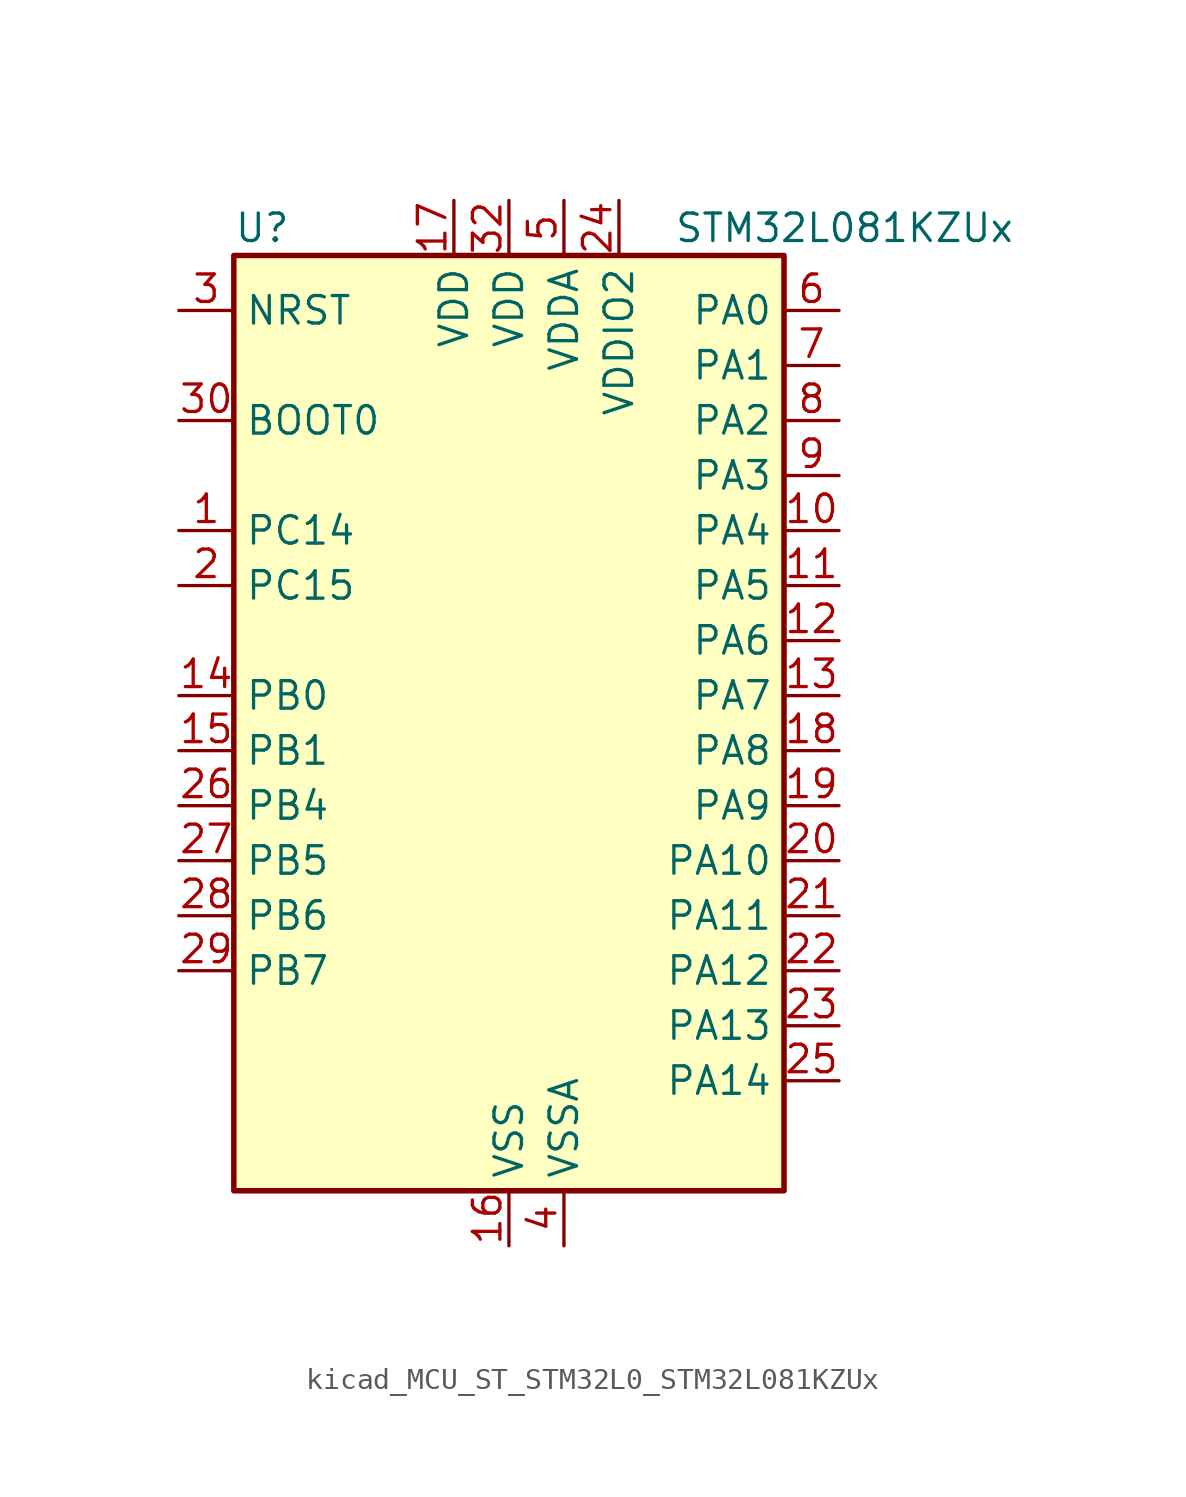
<source format=kicad_sym>
(kicad_symbol_lib
  (version 20220914)
  (generator kicad_symbol_editor)
  (symbol "kicad_MCU_ST_STM32L0_STM32L081KZUx"
    (property "Reference" "U"
      (at -12.7 24.13 0)
      (effects (font (size 1.27 1.27)) (justify left)))
    (property "Value" "STM32L081KZUx"
      (at 7.62 24.13 0)
      (effects (font (size 1.27 1.27)) (justify left)))
    (property "ki_locked" ""
      (at 0 0 0)
      (effects (font (size 1.27 1.27))))
    (symbol "kicad_MCU_ST_STM32L0_STM32L081KZUx_0_1"
      (rectangle (start -12.7 -20.32) (end 12.7 22.86) (stroke (width 0.254) (type default)) (fill (type background))))
    (symbol "kicad_MCU_ST_STM32L0_STM32L081KZUx_1_1"
      (pin bidirectional line (at -15.24 10.16 0) (length 2.54) (name "PC14" (effects (font (size 1.27 1.27)))) (number "1" (effects (font (size 1.27 1.27)))) (alternate "RCC_OSC32_IN" bidirectional line))
      (pin bidirectional line (at 15.24 10.16 180) (length 2.54) (name "PA4" (effects (font (size 1.27 1.27)))) (number "10" (effects (font (size 1.27 1.27)))) (alternate "ADC_IN4" bidirectional line) (alternate "COMP1_INM" bidirectional line) (alternate "COMP2_INM" bidirectional line) (alternate "SPI1_NSS" bidirectional line) (alternate "TIM22_ETR" bidirectional line) (alternate "USART2_CK" bidirectional line))
      (pin bidirectional line (at 15.24 7.62 180) (length 2.54) (name "PA5" (effects (font (size 1.27 1.27)))) (number "11" (effects (font (size 1.27 1.27)))) (alternate "ADC_IN5" bidirectional line) (alternate "COMP1_INM" bidirectional line) (alternate "COMP2_INM" bidirectional line) (alternate "SPI1_SCK" bidirectional line) (alternate "TIM2_CH1" bidirectional line) (alternate "TIM2_ETR" bidirectional line))
      (pin bidirectional line (at 15.24 5.08 180) (length 2.54) (name "PA6" (effects (font (size 1.27 1.27)))) (number "12" (effects (font (size 1.27 1.27)))) (alternate "ADC_IN6" bidirectional line) (alternate "COMP1_OUT" bidirectional line) (alternate "LPUART1_CTS" bidirectional line) (alternate "SPI1_MISO" bidirectional line) (alternate "TIM22_CH1" bidirectional line) (alternate "TIM3_CH1" bidirectional line))
      (pin bidirectional line (at 15.24 2.54 180) (length 2.54) (name "PA7" (effects (font (size 1.27 1.27)))) (number "13" (effects (font (size 1.27 1.27)))) (alternate "ADC_IN7" bidirectional line) (alternate "COMP2_OUT" bidirectional line) (alternate "SPI1_MOSI" bidirectional line) (alternate "TIM22_CH2" bidirectional line) (alternate "TIM3_CH2" bidirectional line))
      (pin bidirectional line (at -15.24 2.54 0) (length 2.54) (name "PB0" (effects (font (size 1.27 1.27)))) (number "14" (effects (font (size 1.27 1.27)))) (alternate "ADC_IN8" bidirectional line) (alternate "SYS_VREF_OUT_PB0" bidirectional line) (alternate "TIM3_CH3" bidirectional line))
      (pin bidirectional line (at -15.24 0 0) (length 2.54) (name "PB1" (effects (font (size 1.27 1.27)))) (number "15" (effects (font (size 1.27 1.27)))) (alternate "ADC_IN9" bidirectional line) (alternate "LPUART1_DE" bidirectional line) (alternate "LPUART1_RTS" bidirectional line) (alternate "SYS_VREF_OUT_PB1" bidirectional line) (alternate "TIM3_CH4" bidirectional line))
      (pin power_in line (at 0 -22.86 90) (length 2.54) (name "VSS" (effects (font (size 1.27 1.27)))) (number "16" (effects (font (size 1.27 1.27)))))
      (pin power_in line (at -2.54 25.4 270) (length 2.54) (name "VDD" (effects (font (size 1.27 1.27)))) (number "17" (effects (font (size 1.27 1.27)))))
      (pin bidirectional line (at 15.24 0 180) (length 2.54) (name "PA8" (effects (font (size 1.27 1.27)))) (number "18" (effects (font (size 1.27 1.27)))) (alternate "I2C3_SCL" bidirectional line) (alternate "RCC_MCO" bidirectional line) (alternate "USART1_CK" bidirectional line))
      (pin bidirectional line (at 15.24 -2.54 180) (length 2.54) (name "PA9" (effects (font (size 1.27 1.27)))) (number "19" (effects (font (size 1.27 1.27)))) (alternate "I2C1_SCL" bidirectional line) (alternate "I2C3_SMBA" bidirectional line) (alternate "RCC_MCO" bidirectional line) (alternate "USART1_TX" bidirectional line))
      (pin bidirectional line (at -15.24 7.62 0) (length 2.54) (name "PC15" (effects (font (size 1.27 1.27)))) (number "2" (effects (font (size 1.27 1.27)))) (alternate "RCC_OSC32_OUT" bidirectional line))
      (pin bidirectional line (at 15.24 -5.08 180) (length 2.54) (name "PA10" (effects (font (size 1.27 1.27)))) (number "20" (effects (font (size 1.27 1.27)))) (alternate "I2C1_SDA" bidirectional line) (alternate "USART1_RX" bidirectional line))
      (pin bidirectional line (at 15.24 -7.62 180) (length 2.54) (name "PA11" (effects (font (size 1.27 1.27)))) (number "21" (effects (font (size 1.27 1.27)))) (alternate "ADC_EXTI11" bidirectional line) (alternate "COMP1_OUT" bidirectional line) (alternate "SPI1_MISO" bidirectional line) (alternate "USART1_CTS" bidirectional line))
      (pin bidirectional line (at 15.24 -10.16 180) (length 2.54) (name "PA12" (effects (font (size 1.27 1.27)))) (number "22" (effects (font (size 1.27 1.27)))) (alternate "COMP2_OUT" bidirectional line) (alternate "SPI1_MOSI" bidirectional line) (alternate "USART1_DE" bidirectional line) (alternate "USART1_RTS" bidirectional line))
      (pin bidirectional line (at 15.24 -12.7 180) (length 2.54) (name "PA13" (effects (font (size 1.27 1.27)))) (number "23" (effects (font (size 1.27 1.27)))) (alternate "LPUART1_RX" bidirectional line) (alternate "SYS_SWDIO" bidirectional line))
      (pin power_in line (at 5.08 25.4 270) (length 2.54) (name "VDDIO2" (effects (font (size 1.27 1.27)))) (number "24" (effects (font (size 1.27 1.27)))))
      (pin bidirectional line (at 15.24 -15.24 180) (length 2.54) (name "PA14" (effects (font (size 1.27 1.27)))) (number "25" (effects (font (size 1.27 1.27)))) (alternate "LPUART1_TX" bidirectional line) (alternate "SYS_SWCLK" bidirectional line) (alternate "USART2_TX" bidirectional line))
      (pin bidirectional line (at -15.24 -2.54 0) (length 2.54) (name "PB4" (effects (font (size 1.27 1.27)))) (number "26" (effects (font (size 1.27 1.27)))) (alternate "COMP2_INP" bidirectional line) (alternate "I2C3_SDA" bidirectional line) (alternate "SPI1_MISO" bidirectional line) (alternate "TIM22_CH1" bidirectional line) (alternate "TIM3_CH1" bidirectional line) (alternate "USART1_CTS" bidirectional line))
      (pin bidirectional line (at -15.24 -5.08 0) (length 2.54) (name "PB5" (effects (font (size 1.27 1.27)))) (number "27" (effects (font (size 1.27 1.27)))) (alternate "COMP2_INP" bidirectional line) (alternate "I2C1_SMBA" bidirectional line) (alternate "LPTIM1_IN1" bidirectional line) (alternate "SPI1_MOSI" bidirectional line) (alternate "TIM22_CH2" bidirectional line) (alternate "TIM3_CH2" bidirectional line) (alternate "USART1_CK" bidirectional line))
      (pin bidirectional line (at -15.24 -7.62 0) (length 2.54) (name "PB6" (effects (font (size 1.27 1.27)))) (number "28" (effects (font (size 1.27 1.27)))) (alternate "COMP2_INP" bidirectional line) (alternate "I2C1_SCL" bidirectional line) (alternate "LPTIM1_ETR" bidirectional line) (alternate "USART1_TX" bidirectional line))
      (pin bidirectional line (at -15.24 -10.16 0) (length 2.54) (name "PB7" (effects (font (size 1.27 1.27)))) (number "29" (effects (font (size 1.27 1.27)))) (alternate "COMP2_INP" bidirectional line) (alternate "I2C1_SDA" bidirectional line) (alternate "LPTIM1_IN2" bidirectional line) (alternate "SYS_PVD_IN" bidirectional line) (alternate "USART1_RX" bidirectional line) (alternate "USART4_CTS" bidirectional line))
      (pin input line (at -15.24 20.32 0) (length 2.54) (name "NRST" (effects (font (size 1.27 1.27)))) (number "3" (effects (font (size 1.27 1.27)))))
      (pin input line (at -15.24 15.24 0) (length 2.54) (name "BOOT0" (effects (font (size 1.27 1.27)))) (number "30" (effects (font (size 1.27 1.27)))))
      (pin passive line (at 0 -22.86 90) (length 2.54) hide (name "VSS" (effects (font (size 1.27 1.27)))) (number "31" (effects (font (size 1.27 1.27)))))
      (pin power_in line (at 0 25.4 270) (length 2.54) (name "VDD" (effects (font (size 1.27 1.27)))) (number "32" (effects (font (size 1.27 1.27)))))
      (pin passive line (at 0 -22.86 90) (length 2.54) hide (name "VSS" (effects (font (size 1.27 1.27)))) (number "33" (effects (font (size 1.27 1.27)))))
      (pin power_in line (at 2.54 -22.86 90) (length 2.54) (name "VSSA" (effects (font (size 1.27 1.27)))) (number "4" (effects (font (size 1.27 1.27)))))
      (pin power_in line (at 2.54 25.4 270) (length 2.54) (name "VDDA" (effects (font (size 1.27 1.27)))) (number "5" (effects (font (size 1.27 1.27)))))
      (pin bidirectional line (at 15.24 20.32 180) (length 2.54) (name "PA0" (effects (font (size 1.27 1.27)))) (number "6" (effects (font (size 1.27 1.27)))) (alternate "ADC_IN0" bidirectional line) (alternate "COMP1_INM" bidirectional line) (alternate "COMP1_OUT" bidirectional line) (alternate "RTC_TAMP2" bidirectional line) (alternate "SYS_WKUP1" bidirectional line) (alternate "TIM2_CH1" bidirectional line) (alternate "TIM2_ETR" bidirectional line) (alternate "USART2_CTS" bidirectional line) (alternate "USART4_TX" bidirectional line))
      (pin bidirectional line (at 15.24 17.78 180) (length 2.54) (name "PA1" (effects (font (size 1.27 1.27)))) (number "7" (effects (font (size 1.27 1.27)))) (alternate "ADC_IN1" bidirectional line) (alternate "COMP1_INP" bidirectional line) (alternate "TIM21_ETR" bidirectional line) (alternate "TIM2_CH2" bidirectional line) (alternate "USART2_DE" bidirectional line) (alternate "USART2_RTS" bidirectional line) (alternate "USART4_RX" bidirectional line))
      (pin bidirectional line (at 15.24 15.24 180) (length 2.54) (name "PA2" (effects (font (size 1.27 1.27)))) (number "8" (effects (font (size 1.27 1.27)))) (alternate "ADC_IN2" bidirectional line) (alternate "COMP2_INM" bidirectional line) (alternate "COMP2_OUT" bidirectional line) (alternate "LPUART1_TX" bidirectional line) (alternate "TIM21_CH1" bidirectional line) (alternate "TIM2_CH3" bidirectional line) (alternate "USART2_TX" bidirectional line))
      (pin bidirectional line (at 15.24 12.7 180) (length 2.54) (name "PA3" (effects (font (size 1.27 1.27)))) (number "9" (effects (font (size 1.27 1.27)))) (alternate "ADC_IN3" bidirectional line) (alternate "COMP2_INP" bidirectional line) (alternate "LPUART1_RX" bidirectional line) (alternate "TIM21_CH2" bidirectional line) (alternate "TIM2_CH4" bidirectional line) (alternate "USART2_RX" bidirectional line)))))
</source>
